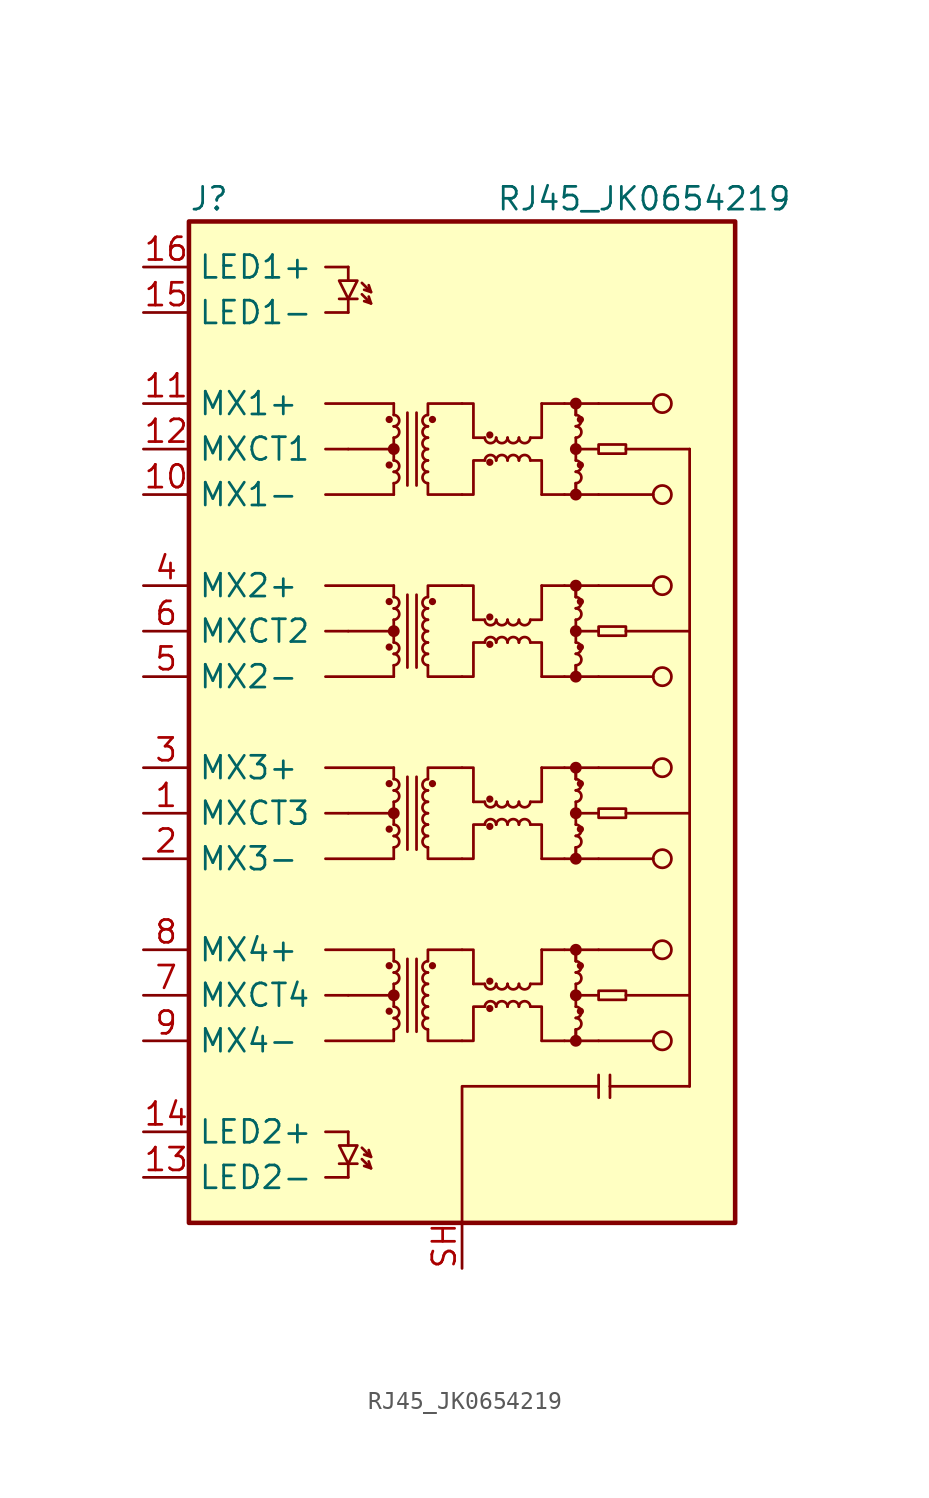
<source format=kicad_sym>
(kicad_symbol_lib
  (version 20220914)
  (generator kicad_symbol_editor)
  (symbol "RJ45_JK0654219"
    (property "Reference" "J"
      (at -15.24 29.21 0)
      (effects (font (size 1.27 1.27)) (justify left)))
    (property "Value" "RJ45_JK0654219"
      (at 10.16 29.21 0)
      (effects (font (size 1.27 1.27))))
    (symbol "RJ45_JK0654219_0_1"
      (rectangle (start -15.24 27.94) (end 15.24 -27.94) (stroke (width 0.254) (type default)) (fill (type background)))
      (circle (center -4.064 -16.129) (radius 0.127) (stroke (width 0) (type default)) (fill (type outline)))
      (circle (center -4.064 -13.589) (radius 0.127) (stroke (width 0) (type default)) (fill (type outline)))
      (circle (center -4.064 -5.969) (radius 0.127) (stroke (width 0) (type default)) (fill (type outline)))
      (circle (center -4.064 -3.429) (radius 0.127) (stroke (width 0) (type default)) (fill (type outline)))
      (circle (center -4.064 4.191) (radius 0.127) (stroke (width 0) (type default)) (fill (type outline)))
      (circle (center -4.064 6.731) (radius 0.127) (stroke (width 0) (type default)) (fill (type outline)))
      (circle (center -4.064 14.351) (radius 0.127) (stroke (width 0) (type default)) (fill (type outline)))
      (circle (center -4.064 16.891) (radius 0.127) (stroke (width 0) (type default)) (fill (type outline)))
      (arc (start -3.81 -17.145) (mid -3.5052 -16.8402) (end -3.81 -16.51) (stroke (width 0) (type default)) (fill (type none)))
      (arc (start -3.81 -16.51) (mid -3.5052 -16.2052) (end -3.81 -15.875) (stroke (width 0) (type default)) (fill (type none)))
      (circle (center -3.81 -15.24) (radius 0.254) (stroke (width 0) (type default)) (fill (type outline)))
      (arc (start -3.81 -14.605) (mid -3.5052 -14.3002) (end -3.81 -13.97) (stroke (width 0) (type default)) (fill (type none)))
      (arc (start -3.81 -13.97) (mid -3.5052 -13.6652) (end -3.81 -13.335) (stroke (width 0) (type default)) (fill (type none)))
      (arc (start -3.81 -6.985) (mid -3.5052 -6.6802) (end -3.81 -6.35) (stroke (width 0) (type default)) (fill (type none)))
      (arc (start -3.81 -6.35) (mid -3.5052 -6.0452) (end -3.81 -5.715) (stroke (width 0) (type default)) (fill (type none)))
      (circle (center -3.81 -5.08) (radius 0.254) (stroke (width 0) (type default)) (fill (type outline)))
      (arc (start -3.81 -4.445) (mid -3.5052 -4.1402) (end -3.81 -3.81) (stroke (width 0) (type default)) (fill (type none)))
      (arc (start -3.81 -3.81) (mid -3.5052 -3.5052) (end -3.81 -3.175) (stroke (width 0) (type default)) (fill (type none)))
      (arc (start -3.81 3.175) (mid -3.5052 3.4798) (end -3.81 3.81) (stroke (width 0) (type default)) (fill (type none)))
      (arc (start -3.81 3.81) (mid -3.5052 4.1148) (end -3.81 4.445) (stroke (width 0) (type default)) (fill (type none)))
      (circle (center -3.81 5.08) (radius 0.254) (stroke (width 0) (type default)) (fill (type outline)))
      (arc (start -3.81 5.715) (mid -3.5052 6.0198) (end -3.81 6.35) (stroke (width 0) (type default)) (fill (type none)))
      (arc (start -3.81 6.35) (mid -3.5052 6.6548) (end -3.81 6.985) (stroke (width 0) (type default)) (fill (type none)))
      (arc (start -3.81 13.335) (mid -3.5052 13.6398) (end -3.81 13.97) (stroke (width 0) (type default)) (fill (type none)))
      (arc (start -3.81 13.97) (mid -3.5052 14.2748) (end -3.81 14.605) (stroke (width 0) (type default)) (fill (type none)))
      (circle (center -3.81 15.24) (radius 0.254) (stroke (width 0) (type default)) (fill (type outline)))
      (arc (start -3.81 15.875) (mid -3.5052 16.1798) (end -3.81 16.51) (stroke (width 0) (type default)) (fill (type none)))
      (arc (start -3.81 16.51) (mid -3.5052 16.8148) (end -3.81 17.145) (stroke (width 0) (type default)) (fill (type none)))
      (arc (start -1.905 -16.51) (mid -2.2098 -16.8148) (end -1.905 -17.145) (stroke (width 0) (type default)) (fill (type none)))
      (arc (start -1.905 -15.875) (mid -2.2098 -16.1798) (end -1.905 -16.51) (stroke (width 0) (type default)) (fill (type none)))
      (arc (start -1.905 -15.24) (mid -2.2098 -15.5448) (end -1.905 -15.875) (stroke (width 0) (type default)) (fill (type none)))
      (arc (start -1.905 -14.605) (mid -2.2098 -14.9098) (end -1.905 -15.24) (stroke (width 0) (type default)) (fill (type none)))
      (arc (start -1.905 -13.97) (mid -2.2098 -14.2748) (end -1.905 -14.605) (stroke (width 0) (type default)) (fill (type none)))
      (arc (start -1.905 -13.335) (mid -2.2098 -13.6398) (end -1.905 -13.97) (stroke (width 0) (type default)) (fill (type none)))
      (arc (start -1.905 -6.35) (mid -2.2098 -6.6548) (end -1.905 -6.985) (stroke (width 0) (type default)) (fill (type none)))
      (arc (start -1.905 -5.715) (mid -2.2098 -6.0198) (end -1.905 -6.35) (stroke (width 0) (type default)) (fill (type none)))
      (arc (start -1.905 -5.08) (mid -2.2098 -5.3848) (end -1.905 -5.715) (stroke (width 0) (type default)) (fill (type none)))
      (arc (start -1.905 -4.445) (mid -2.2098 -4.7498) (end -1.905 -5.08) (stroke (width 0) (type default)) (fill (type none)))
      (arc (start -1.905 -3.81) (mid -2.2098 -4.1148) (end -1.905 -4.445) (stroke (width 0) (type default)) (fill (type none)))
      (arc (start -1.905 -3.175) (mid -2.2098 -3.4798) (end -1.905 -3.81) (stroke (width 0) (type default)) (fill (type none)))
      (arc (start -1.905 3.81) (mid -2.2098 3.5052) (end -1.905 3.175) (stroke (width 0) (type default)) (fill (type none)))
      (arc (start -1.905 4.445) (mid -2.2098 4.1402) (end -1.905 3.81) (stroke (width 0) (type default)) (fill (type none)))
      (arc (start -1.905 5.08) (mid -2.2098 4.7752) (end -1.905 4.445) (stroke (width 0) (type default)) (fill (type none)))
      (arc (start -1.905 5.715) (mid -2.2098 5.4102) (end -1.905 5.08) (stroke (width 0) (type default)) (fill (type none)))
      (arc (start -1.905 6.35) (mid -2.2098 6.0452) (end -1.905 5.715) (stroke (width 0) (type default)) (fill (type none)))
      (arc (start -1.905 6.985) (mid -2.2098 6.6802) (end -1.905 6.35) (stroke (width 0) (type default)) (fill (type none)))
      (arc (start -1.905 13.97) (mid -2.2098 13.6652) (end -1.905 13.335) (stroke (width 0) (type default)) (fill (type none)))
      (arc (start -1.905 14.605) (mid -2.2098 14.3002) (end -1.905 13.97) (stroke (width 0) (type default)) (fill (type none)))
      (arc (start -1.905 15.24) (mid -2.2098 14.9352) (end -1.905 14.605) (stroke (width 0) (type default)) (fill (type none)))
      (arc (start -1.905 15.875) (mid -2.2098 15.5702) (end -1.905 15.24) (stroke (width 0) (type default)) (fill (type none)))
      (arc (start -1.905 16.51) (mid -2.2098 16.2052) (end -1.905 15.875) (stroke (width 0) (type default)) (fill (type none)))
      (arc (start -1.905 17.145) (mid -2.2098 16.8402) (end -1.905 16.51) (stroke (width 0) (type default)) (fill (type none)))
      (circle (center -1.651 -13.589) (radius 0.127) (stroke (width 0) (type default)) (fill (type outline)))
      (circle (center -1.651 -3.429) (radius 0.127) (stroke (width 0) (type default)) (fill (type outline)))
      (circle (center -1.651 6.731) (radius 0.127) (stroke (width 0) (type default)) (fill (type outline)))
      (circle (center -1.651 16.891) (radius 0.127) (stroke (width 0) (type default)) (fill (type outline)))
      (polyline (pts (xy -7.62 -17.78) (xy -3.81 -17.78)) (stroke (width 0) (type default)) (fill (type none)))
      (polyline (pts (xy -7.62 -15.24) (xy -6.35 -15.24)) (stroke (width 0) (type default)) (fill (type none)))
      (polyline (pts (xy -7.62 -12.7) (xy -3.81 -12.7)) (stroke (width 0) (type default)) (fill (type none)))
      (polyline (pts (xy -7.62 -7.62) (xy -3.81 -7.62)) (stroke (width 0) (type default)) (fill (type none)))
      (polyline (pts (xy -7.62 -5.08) (xy -6.35 -5.08)) (stroke (width 0) (type default)) (fill (type none)))
      (polyline (pts (xy -7.62 -2.54) (xy -3.81 -2.54)) (stroke (width 0) (type default)) (fill (type none)))
      (polyline (pts (xy -7.62 2.54) (xy -3.81 2.54)) (stroke (width 0) (type default)) (fill (type none)))
      (polyline (pts (xy -7.62 5.08) (xy -6.35 5.08)) (stroke (width 0) (type default)) (fill (type none)))
      (polyline (pts (xy -7.62 7.62) (xy -3.81 7.62)) (stroke (width 0) (type default)) (fill (type none)))
      (polyline (pts (xy -7.62 12.7) (xy -3.81 12.7)) (stroke (width 0) (type default)) (fill (type none)))
      (polyline (pts (xy -7.62 15.24) (xy -6.35 15.24)) (stroke (width 0) (type default)) (fill (type none)))
      (polyline (pts (xy -7.62 17.78) (xy -3.81 17.78)) (stroke (width 0) (type default)) (fill (type none)))
      (polyline (pts (xy -6.35 -15.24) (xy -3.81 -15.24)) (stroke (width 0) (type default)) (fill (type none)))
      (polyline (pts (xy -6.35 -5.08) (xy -3.81 -5.08)) (stroke (width 0) (type default)) (fill (type none)))
      (polyline (pts (xy -6.35 5.08) (xy -3.81 5.08)) (stroke (width 0) (type default)) (fill (type none)))
      (polyline (pts (xy -6.35 15.24) (xy -3.81 15.24)) (stroke (width 0) (type default)) (fill (type none)))
      (polyline (pts (xy -3.81 -17.78) (xy -3.81 -17.145)) (stroke (width 0) (type default)) (fill (type none)))
      (polyline (pts (xy -3.81 -15.24) (xy -3.81 -15.875)) (stroke (width 0) (type default)) (fill (type none)))
      (polyline (pts (xy -3.81 -15.24) (xy -3.81 -14.605)) (stroke (width 0) (type default)) (fill (type none)))
      (polyline (pts (xy -3.81 -12.7) (xy -3.81 -13.335)) (stroke (width 0) (type default)) (fill (type none)))
      (polyline (pts (xy -3.81 -7.62) (xy -3.81 -6.985)) (stroke (width 0) (type default)) (fill (type none)))
      (polyline (pts (xy -3.81 -5.08) (xy -3.81 -5.715)) (stroke (width 0) (type default)) (fill (type none)))
      (polyline (pts (xy -3.81 -5.08) (xy -3.81 -4.445)) (stroke (width 0) (type default)) (fill (type none)))
      (polyline (pts (xy -3.81 -2.54) (xy -3.81 -3.175)) (stroke (width 0) (type default)) (fill (type none)))
      (polyline (pts (xy -3.81 2.54) (xy -3.81 3.175)) (stroke (width 0) (type default)) (fill (type none)))
      (polyline (pts (xy -3.81 5.08) (xy -3.81 4.445)) (stroke (width 0) (type default)) (fill (type none)))
      (polyline (pts (xy -3.81 5.08) (xy -3.81 5.715)) (stroke (width 0) (type default)) (fill (type none)))
      (polyline (pts (xy -3.81 7.62) (xy -3.81 6.985)) (stroke (width 0) (type default)) (fill (type none)))
      (polyline (pts (xy -3.81 12.7) (xy -3.81 13.335)) (stroke (width 0) (type default)) (fill (type none)))
      (polyline (pts (xy -3.81 15.24) (xy -3.81 14.605)) (stroke (width 0) (type default)) (fill (type none)))
      (polyline (pts (xy -3.81 15.24) (xy -3.81 15.875)) (stroke (width 0) (type default)) (fill (type none)))
      (polyline (pts (xy -3.81 17.78) (xy -3.81 17.145)) (stroke (width 0) (type default)) (fill (type none)))
      (polyline (pts (xy -3.048 -17.272) (xy -3.048 -13.208)) (stroke (width 0) (type default)) (fill (type none)))
      (polyline (pts (xy -3.048 -7.112) (xy -3.048 -3.048)) (stroke (width 0) (type default)) (fill (type none)))
      (polyline (pts (xy -3.048 3.048) (xy -3.048 7.112)) (stroke (width 0) (type default)) (fill (type none)))
      (polyline (pts (xy -3.048 13.208) (xy -3.048 17.272)) (stroke (width 0) (type default)) (fill (type none)))
      (polyline (pts (xy -2.54 -17.272) (xy -2.54 -13.208)) (stroke (width 0) (type default)) (fill (type none)))
      (polyline (pts (xy -2.54 -7.112) (xy -2.54 -3.048)) (stroke (width 0) (type default)) (fill (type none)))
      (polyline (pts (xy -2.54 3.048) (xy -2.54 7.112)) (stroke (width 0) (type default)) (fill (type none)))
      (polyline (pts (xy -2.54 13.208) (xy -2.54 17.272)) (stroke (width 0) (type default)) (fill (type none)))
      (polyline (pts (xy 0.635 -14.605) (xy 1.27 -14.605)) (stroke (width 0) (type default)) (fill (type none)))
      (polyline (pts (xy 0.635 -4.445) (xy 1.27 -4.445)) (stroke (width 0) (type default)) (fill (type none)))
      (polyline (pts (xy 0.635 5.715) (xy 1.27 5.715)) (stroke (width 0) (type default)) (fill (type none)))
      (polyline (pts (xy 0.635 15.875) (xy 1.27 15.875)) (stroke (width 0) (type default)) (fill (type none)))
      (polyline (pts (xy 4.445 -17.78) (xy 5.715 -17.78)) (stroke (width 0) (type default)) (fill (type none)))
      (polyline (pts (xy 4.445 -12.7) (xy 5.715 -12.7)) (stroke (width 0) (type default)) (fill (type none)))
      (polyline (pts (xy 4.445 -7.62) (xy 5.715 -7.62)) (stroke (width 0) (type default)) (fill (type none)))
      (polyline (pts (xy 4.445 -2.54) (xy 5.715 -2.54)) (stroke (width 0) (type default)) (fill (type none)))
      (polyline (pts (xy 4.445 2.54) (xy 5.715 2.54)) (stroke (width 0) (type default)) (fill (type none)))
      (polyline (pts (xy 4.445 7.62) (xy 5.715 7.62)) (stroke (width 0) (type default)) (fill (type none)))
      (polyline (pts (xy 4.445 12.7) (xy 5.715 12.7)) (stroke (width 0) (type default)) (fill (type none)))
      (polyline (pts (xy 4.445 17.78) (xy 5.715 17.78)) (stroke (width 0) (type default)) (fill (type none)))
      (polyline (pts (xy 6.35 -17.78) (xy 6.35 -17.145)) (stroke (width 0) (type default)) (fill (type none)))
      (polyline (pts (xy 6.35 -15.24) (xy 6.35 -15.875)) (stroke (width 0) (type default)) (fill (type none)))
      (polyline (pts (xy 6.35 -15.24) (xy 6.35 -14.605)) (stroke (width 0) (type default)) (fill (type none)))
      (polyline (pts (xy 6.35 -12.7) (xy 6.35 -13.335)) (stroke (width 0) (type default)) (fill (type none)))
      (polyline (pts (xy 6.35 -7.62) (xy 6.35 -6.985)) (stroke (width 0) (type default)) (fill (type none)))
      (polyline (pts (xy 6.35 -5.08) (xy 6.35 -5.715)) (stroke (width 0) (type default)) (fill (type none)))
      (polyline (pts (xy 6.35 -5.08) (xy 6.35 -4.445)) (stroke (width 0) (type default)) (fill (type none)))
      (polyline (pts (xy 6.35 -2.54) (xy 6.35 -3.175)) (stroke (width 0) (type default)) (fill (type none)))
      (polyline (pts (xy 6.35 2.54) (xy 6.35 3.175)) (stroke (width 0) (type default)) (fill (type none)))
      (polyline (pts (xy 6.35 5.08) (xy 6.35 4.445)) (stroke (width 0) (type default)) (fill (type none)))
      (polyline (pts (xy 6.35 5.08) (xy 6.35 5.715)) (stroke (width 0) (type default)) (fill (type none)))
      (polyline (pts (xy 6.35 7.62) (xy 6.35 6.985)) (stroke (width 0) (type default)) (fill (type none)))
      (polyline (pts (xy 6.35 12.7) (xy 6.35 13.335)) (stroke (width 0) (type default)) (fill (type none)))
      (polyline (pts (xy 6.35 15.24) (xy 6.35 14.605)) (stroke (width 0) (type default)) (fill (type none)))
      (polyline (pts (xy 6.35 15.24) (xy 6.35 15.875)) (stroke (width 0) (type default)) (fill (type none)))
      (polyline (pts (xy 6.35 17.78) (xy 6.35 17.145)) (stroke (width 0) (type default)) (fill (type none)))
      (polyline (pts (xy 7.62 -20.955) (xy 7.62 -19.685)) (stroke (width 0) (type default)) (fill (type none)))
      (polyline (pts (xy 7.62 -17.78) (xy 6.35 -17.78)) (stroke (width 0) (type default)) (fill (type none)))
      (polyline (pts (xy 7.62 -17.78) (xy 10.668 -17.78)) (stroke (width 0) (type default)) (fill (type none)))
      (polyline (pts (xy 7.62 -15.24) (xy 6.35 -15.24)) (stroke (width 0) (type default)) (fill (type none)))
      (polyline (pts (xy 7.62 -12.7) (xy 6.35 -12.7)) (stroke (width 0) (type default)) (fill (type none)))
      (polyline (pts (xy 7.62 -12.7) (xy 10.668 -12.7)) (stroke (width 0) (type default)) (fill (type none)))
      (polyline (pts (xy 7.62 -7.62) (xy 6.35 -7.62)) (stroke (width 0) (type default)) (fill (type none)))
      (polyline (pts (xy 7.62 -7.62) (xy 10.668 -7.62)) (stroke (width 0) (type default)) (fill (type none)))
      (polyline (pts (xy 7.62 -5.08) (xy 6.35 -5.08)) (stroke (width 0) (type default)) (fill (type none)))
      (polyline (pts (xy 7.62 -2.54) (xy 6.35 -2.54)) (stroke (width 0) (type default)) (fill (type none)))
      (polyline (pts (xy 7.62 -2.54) (xy 10.668 -2.54)) (stroke (width 0) (type default)) (fill (type none)))
      (polyline (pts (xy 7.62 2.54) (xy 6.35 2.54)) (stroke (width 0) (type default)) (fill (type none)))
      (polyline (pts (xy 7.62 2.54) (xy 10.668 2.54)) (stroke (width 0) (type default)) (fill (type none)))
      (polyline (pts (xy 7.62 5.08) (xy 6.35 5.08)) (stroke (width 0) (type default)) (fill (type none)))
      (polyline (pts (xy 7.62 7.62) (xy 6.35 7.62)) (stroke (width 0) (type default)) (fill (type none)))
      (polyline (pts (xy 7.62 7.62) (xy 10.668 7.62)) (stroke (width 0) (type default)) (fill (type none)))
      (polyline (pts (xy 7.62 12.7) (xy 6.35 12.7)) (stroke (width 0) (type default)) (fill (type none)))
      (polyline (pts (xy 7.62 12.7) (xy 10.668 12.7)) (stroke (width 0) (type default)) (fill (type none)))
      (polyline (pts (xy 7.62 15.24) (xy 6.35 15.24)) (stroke (width 0) (type default)) (fill (type none)))
      (polyline (pts (xy 7.62 17.78) (xy 6.35 17.78)) (stroke (width 0) (type default)) (fill (type none)))
      (polyline (pts (xy 7.62 17.78) (xy 10.668 17.78)) (stroke (width 0) (type default)) (fill (type none)))
      (polyline (pts (xy 8.255 -20.32) (xy 8.255 -20.955)) (stroke (width 0) (type default)) (fill (type none)))
      (polyline (pts (xy 8.255 -20.32) (xy 8.255 -19.685)) (stroke (width 0) (type default)) (fill (type none)))
      (polyline (pts (xy 8.255 -20.32) (xy 12.7 -20.32)) (stroke (width 0) (type default)) (fill (type none)))
      (polyline (pts (xy 9.144 -15.24) (xy 12.7 -15.24)) (stroke (width 0) (type default)) (fill (type none)))
      (polyline (pts (xy 9.144 -5.08) (xy 12.7 -5.08)) (stroke (width 0) (type default)) (fill (type none)))
      (polyline (pts (xy 9.144 5.08) (xy 12.7 5.08)) (stroke (width 0) (type default)) (fill (type none)))
      (polyline (pts (xy 12.7 -20.32) (xy 12.7 15.24)) (stroke (width 0) (type default)) (fill (type none)))
      (polyline (pts (xy 12.7 15.24) (xy 9.144 15.24)) (stroke (width 0) (type default)) (fill (type none)))
      (polyline (pts (xy -1.905 -17.145) (xy -1.905 -17.78) (xy 0 -17.78)) (stroke (width 0) (type default)) (fill (type none)))
      (polyline (pts (xy -1.905 -13.335) (xy -1.905 -12.7) (xy 0 -12.7)) (stroke (width 0) (type default)) (fill (type none)))
      (polyline (pts (xy -1.905 -6.985) (xy -1.905 -7.62) (xy 0 -7.62)) (stroke (width 0) (type default)) (fill (type none)))
      (polyline (pts (xy -1.905 -3.175) (xy -1.905 -2.54) (xy 0 -2.54)) (stroke (width 0) (type default)) (fill (type none)))
      (polyline (pts (xy -1.905 3.175) (xy -1.905 2.54) (xy 0 2.54)) (stroke (width 0) (type default)) (fill (type none)))
      (polyline (pts (xy -1.905 6.985) (xy -1.905 7.62) (xy 0 7.62)) (stroke (width 0) (type default)) (fill (type none)))
      (polyline (pts (xy -1.905 13.335) (xy -1.905 12.7) (xy 0 12.7)) (stroke (width 0) (type default)) (fill (type none)))
      (polyline (pts (xy -1.905 17.145) (xy -1.905 17.78) (xy 0 17.78)) (stroke (width 0) (type default)) (fill (type none)))
      (polyline (pts (xy 0 -12.7) (xy 0.635 -12.7) (xy 0.635 -14.605)) (stroke (width 0) (type default)) (fill (type none)))
      (polyline (pts (xy 0 -2.54) (xy 0.635 -2.54) (xy 0.635 -4.445)) (stroke (width 0) (type default)) (fill (type none)))
      (polyline (pts (xy 0 7.62) (xy 0.635 7.62) (xy 0.635 5.715)) (stroke (width 0) (type default)) (fill (type none)))
      (polyline (pts (xy 0 17.78) (xy 0.635 17.78) (xy 0.635 15.875)) (stroke (width 0) (type default)) (fill (type none)))
      (polyline (pts (xy 3.81 -15.875) (xy 4.445 -15.875) (xy 4.445 -17.78)) (stroke (width 0) (type default)) (fill (type none)))
      (polyline (pts (xy 3.81 -14.605) (xy 4.445 -14.605) (xy 4.445 -12.7)) (stroke (width 0) (type default)) (fill (type none)))
      (polyline (pts (xy 3.81 -5.715) (xy 4.445 -5.715) (xy 4.445 -7.62)) (stroke (width 0) (type default)) (fill (type none)))
      (polyline (pts (xy 3.81 -4.445) (xy 4.445 -4.445) (xy 4.445 -2.54)) (stroke (width 0) (type default)) (fill (type none)))
      (polyline (pts (xy 3.81 4.445) (xy 4.445 4.445) (xy 4.445 2.54)) (stroke (width 0) (type default)) (fill (type none)))
      (polyline (pts (xy 3.81 5.715) (xy 4.445 5.715) (xy 4.445 7.62)) (stroke (width 0) (type default)) (fill (type none)))
      (polyline (pts (xy 3.81 14.605) (xy 4.445 14.605) (xy 4.445 12.7)) (stroke (width 0) (type default)) (fill (type none)))
      (polyline (pts (xy 3.81 15.875) (xy 4.445 15.875) (xy 4.445 17.78)) (stroke (width 0) (type default)) (fill (type none)))
      (polyline (pts (xy 5.715 -17.78) (xy 6.35 -17.78) (xy 6.35 -17.145)) (stroke (width 0) (type default)) (fill (type none)))
      (polyline (pts (xy 5.715 -12.7) (xy 6.35 -12.7) (xy 6.35 -13.335)) (stroke (width 0) (type default)) (fill (type none)))
      (polyline (pts (xy 5.715 -7.62) (xy 6.35 -7.62) (xy 6.35 -6.985)) (stroke (width 0) (type default)) (fill (type none)))
      (polyline (pts (xy 5.715 -2.54) (xy 6.35 -2.54) (xy 6.35 -3.175)) (stroke (width 0) (type default)) (fill (type none)))
      (polyline (pts (xy 5.715 2.54) (xy 6.35 2.54) (xy 6.35 3.175)) (stroke (width 0) (type default)) (fill (type none)))
      (polyline (pts (xy 5.715 7.62) (xy 6.35 7.62) (xy 6.35 6.985)) (stroke (width 0) (type default)) (fill (type none)))
      (polyline (pts (xy 5.715 12.7) (xy 6.35 12.7) (xy 6.35 13.335)) (stroke (width 0) (type default)) (fill (type none)))
      (polyline (pts (xy 5.715 17.78) (xy 6.35 17.78) (xy 6.35 17.145)) (stroke (width 0) (type default)) (fill (type none)))
      (polyline (pts (xy 7.62 -20.32) (xy 0 -20.32) (xy 0 -27.94)) (stroke (width 0) (type default)) (fill (type none)))
      (polyline (pts (xy 0 -17.78) (xy 0.635 -17.78) (xy 0.635 -15.875) (xy 1.27 -15.875)) (stroke (width 0) (type default)) (fill (type none)))
      (polyline (pts (xy 0 -7.62) (xy 0.635 -7.62) (xy 0.635 -5.715) (xy 1.27 -5.715)) (stroke (width 0) (type default)) (fill (type none)))
      (polyline (pts (xy 0 2.54) (xy 0.635 2.54) (xy 0.635 4.445) (xy 1.27 4.445)) (stroke (width 0) (type default)) (fill (type none)))
      (polyline (pts (xy 0 12.7) (xy 0.635 12.7) (xy 0.635 14.605) (xy 1.27 14.605)) (stroke (width 0) (type default)) (fill (type none)))
      (arc (start 1.27 -14.605) (mid 1.5748 -14.9098) (end 1.905 -14.605) (stroke (width 0) (type default)) (fill (type none)))
      (arc (start 1.27 -4.445) (mid 1.5748 -4.7498) (end 1.905 -4.445) (stroke (width 0) (type default)) (fill (type none)))
      (arc (start 1.27 5.715) (mid 1.5748 5.4102) (end 1.905 5.715) (stroke (width 0) (type default)) (fill (type none)))
      (arc (start 1.27 15.875) (mid 1.5748 15.5702) (end 1.905 15.875) (stroke (width 0) (type default)) (fill (type none)))
      (circle (center 1.549 -15.977) (radius 0.127) (stroke (width 0) (type default)) (fill (type outline)))
      (circle (center 1.549 -14.453) (radius 0.127) (stroke (width 0) (type default)) (fill (type outline)))
      (circle (center 1.549 -5.817) (radius 0.127) (stroke (width 0) (type default)) (fill (type outline)))
      (circle (center 1.549 -4.293) (radius 0.127) (stroke (width 0) (type default)) (fill (type outline)))
      (circle (center 1.549 4.343) (radius 0.127) (stroke (width 0) (type default)) (fill (type outline)))
      (circle (center 1.549 5.867) (radius 0.127) (stroke (width 0) (type default)) (fill (type outline)))
      (circle (center 1.549 14.503) (radius 0.127) (stroke (width 0) (type default)) (fill (type outline)))
      (circle (center 1.549 16.027) (radius 0.127) (stroke (width 0) (type default)) (fill (type outline)))
      (arc (start 1.905 -15.875) (mid 1.6002 -15.5702) (end 1.27 -15.875) (stroke (width 0) (type default)) (fill (type none)))
      (arc (start 1.905 -14.605) (mid 2.2098 -14.9098) (end 2.54 -14.605) (stroke (width 0) (type default)) (fill (type none)))
      (arc (start 1.905 -5.715) (mid 1.6002 -5.4102) (end 1.27 -5.715) (stroke (width 0) (type default)) (fill (type none)))
      (arc (start 1.905 -4.445) (mid 2.2098 -4.7498) (end 2.54 -4.445) (stroke (width 0) (type default)) (fill (type none)))
      (arc (start 1.905 4.445) (mid 1.6002 4.7498) (end 1.27 4.445) (stroke (width 0) (type default)) (fill (type none)))
      (arc (start 1.905 5.715) (mid 2.2098 5.4102) (end 2.54 5.715) (stroke (width 0) (type default)) (fill (type none)))
      (arc (start 1.905 14.605) (mid 1.6002 14.9098) (end 1.27 14.605) (stroke (width 0) (type default)) (fill (type none)))
      (arc (start 1.905 15.875) (mid 2.2098 15.5702) (end 2.54 15.875) (stroke (width 0) (type default)) (fill (type none)))
      (arc (start 2.54 -15.875) (mid 2.2352 -15.5702) (end 1.905 -15.875) (stroke (width 0) (type default)) (fill (type none)))
      (arc (start 2.54 -14.605) (mid 2.8448 -14.9098) (end 3.175 -14.605) (stroke (width 0) (type default)) (fill (type none)))
      (arc (start 2.54 -5.715) (mid 2.2352 -5.4102) (end 1.905 -5.715) (stroke (width 0) (type default)) (fill (type none)))
      (arc (start 2.54 -4.445) (mid 2.8448 -4.7498) (end 3.175 -4.445) (stroke (width 0) (type default)) (fill (type none)))
      (arc (start 2.54 4.445) (mid 2.2352 4.7498) (end 1.905 4.445) (stroke (width 0) (type default)) (fill (type none)))
      (arc (start 2.54 5.715) (mid 2.8448 5.4102) (end 3.175 5.715) (stroke (width 0) (type default)) (fill (type none)))
      (arc (start 2.54 14.605) (mid 2.2352 14.9098) (end 1.905 14.605) (stroke (width 0) (type default)) (fill (type none)))
      (arc (start 2.54 15.875) (mid 2.8448 15.5702) (end 3.175 15.875) (stroke (width 0) (type default)) (fill (type none)))
      (arc (start 3.175 -15.875) (mid 2.8702 -15.5702) (end 2.54 -15.875) (stroke (width 0) (type default)) (fill (type none)))
      (arc (start 3.175 -14.605) (mid 3.4798 -14.9098) (end 3.81 -14.605) (stroke (width 0) (type default)) (fill (type none)))
      (arc (start 3.175 -5.715) (mid 2.8702 -5.4102) (end 2.54 -5.715) (stroke (width 0) (type default)) (fill (type none)))
      (arc (start 3.175 -4.445) (mid 3.4798 -4.7498) (end 3.81 -4.445) (stroke (width 0) (type default)) (fill (type none)))
      (arc (start 3.175 4.445) (mid 2.8702 4.7498) (end 2.54 4.445) (stroke (width 0) (type default)) (fill (type none)))
      (arc (start 3.175 5.715) (mid 3.4798 5.4102) (end 3.81 5.715) (stroke (width 0) (type default)) (fill (type none)))
      (arc (start 3.175 14.605) (mid 2.8702 14.9098) (end 2.54 14.605) (stroke (width 0) (type default)) (fill (type none)))
      (arc (start 3.175 15.875) (mid 3.4798 15.5702) (end 3.81 15.875) (stroke (width 0) (type default)) (fill (type none)))
      (arc (start 3.81 -15.875) (mid 3.5052 -15.5702) (end 3.175 -15.875) (stroke (width 0) (type default)) (fill (type none)))
      (arc (start 3.81 -5.715) (mid 3.5052 -5.4102) (end 3.175 -5.715) (stroke (width 0) (type default)) (fill (type none)))
      (arc (start 3.81 4.445) (mid 3.5052 4.7498) (end 3.175 4.445) (stroke (width 0) (type default)) (fill (type none)))
      (arc (start 3.81 14.605) (mid 3.5052 14.9098) (end 3.175 14.605) (stroke (width 0) (type default)) (fill (type none)))
      (circle (center 6.35 -17.78) (radius 0.254) (stroke (width 0) (type default)) (fill (type outline)))
      (arc (start 6.35 -17.145) (mid 6.6548 -16.8275) (end 6.35 -16.51) (stroke (width 0) (type default)) (fill (type none)))
      (arc (start 6.35 -16.51) (mid 6.6548 -16.1925) (end 6.35 -15.875) (stroke (width 0) (type default)) (fill (type none)))
      (circle (center 6.35 -15.24) (radius 0.254) (stroke (width 0) (type default)) (fill (type outline)))
      (arc (start 6.35 -14.605) (mid 6.6548 -14.2875) (end 6.35 -13.97) (stroke (width 0) (type default)) (fill (type none)))
      (arc (start 6.35 -13.97) (mid 6.6548 -13.6525) (end 6.35 -13.335) (stroke (width 0) (type default)) (fill (type none)))
      (circle (center 6.35 -12.7) (radius 0.254) (stroke (width 0) (type default)) (fill (type outline)))
      (circle (center 6.35 -7.62) (radius 0.254) (stroke (width 0) (type default)) (fill (type outline)))
      (arc (start 6.35 -6.985) (mid 6.6548 -6.6675) (end 6.35 -6.35) (stroke (width 0) (type default)) (fill (type none)))
      (arc (start 6.35 -6.35) (mid 6.6548 -6.0325) (end 6.35 -5.715) (stroke (width 0) (type default)) (fill (type none)))
      (circle (center 6.35 -5.08) (radius 0.254) (stroke (width 0) (type default)) (fill (type outline)))
      (arc (start 6.35 -4.445) (mid 6.6548 -4.1275) (end 6.35 -3.81) (stroke (width 0) (type default)) (fill (type none)))
      (arc (start 6.35 -3.81) (mid 6.6548 -3.4925) (end 6.35 -3.175) (stroke (width 0) (type default)) (fill (type none)))
      (circle (center 6.35 -2.54) (radius 0.254) (stroke (width 0) (type default)) (fill (type outline)))
      (circle (center 6.35 2.54) (radius 0.254) (stroke (width 0) (type default)) (fill (type outline)))
      (arc (start 6.35 3.175) (mid 6.6548 3.4925) (end 6.35 3.81) (stroke (width 0) (type default)) (fill (type none)))
      (arc (start 6.35 3.81) (mid 6.6548 4.1275) (end 6.35 4.445) (stroke (width 0) (type default)) (fill (type none)))
      (circle (center 6.35 5.08) (radius 0.254) (stroke (width 0) (type default)) (fill (type outline)))
      (arc (start 6.35 5.715) (mid 6.6548 6.0325) (end 6.35 6.35) (stroke (width 0) (type default)) (fill (type none)))
      (arc (start 6.35 6.35) (mid 6.6548 6.6675) (end 6.35 6.985) (stroke (width 0) (type default)) (fill (type none)))
      (circle (center 6.35 7.62) (radius 0.254) (stroke (width 0) (type default)) (fill (type outline)))
      (circle (center 6.35 12.7) (radius 0.254) (stroke (width 0) (type default)) (fill (type outline)))
      (arc (start 6.35 13.335) (mid 6.6548 13.6525) (end 6.35 13.97) (stroke (width 0) (type default)) (fill (type none)))
      (arc (start 6.35 13.97) (mid 6.6548 14.2875) (end 6.35 14.605) (stroke (width 0) (type default)) (fill (type none)))
      (circle (center 6.35 15.24) (radius 0.254) (stroke (width 0) (type default)) (fill (type outline)))
      (arc (start 6.35 15.875) (mid 6.6548 16.1925) (end 6.35 16.51) (stroke (width 0) (type default)) (fill (type none)))
      (arc (start 6.35 16.51) (mid 6.6548 16.8275) (end 6.35 17.145) (stroke (width 0) (type default)) (fill (type none)))
      (circle (center 6.35 17.78) (radius 0.254) (stroke (width 0) (type default)) (fill (type outline)))
      (circle (center 6.604 -16.129) (radius 0.127) (stroke (width 0) (type default)) (fill (type outline)))
      (circle (center 6.604 -13.589) (radius 0.127) (stroke (width 0) (type default)) (fill (type outline)))
      (circle (center 6.604 -5.969) (radius 0.127) (stroke (width 0) (type default)) (fill (type outline)))
      (circle (center 6.604 -3.429) (radius 0.127) (stroke (width 0) (type default)) (fill (type outline)))
      (circle (center 6.604 4.191) (radius 0.127) (stroke (width 0) (type default)) (fill (type outline)))
      (circle (center 6.604 6.731) (radius 0.127) (stroke (width 0) (type default)) (fill (type outline)))
      (circle (center 6.604 14.351) (radius 0.127) (stroke (width 0) (type default)) (fill (type outline)))
      (circle (center 6.604 16.891) (radius 0.127) (stroke (width 0) (type default)) (fill (type outline)))
      (rectangle (start 7.62 -14.986) (end 9.144 -15.494) (stroke (width 0) (type default)) (fill (type none)))
      (rectangle (start 7.62 -4.826) (end 9.144 -5.334) (stroke (width 0) (type default)) (fill (type none)))
      (rectangle (start 7.62 5.334) (end 9.144 4.826) (stroke (width 0) (type default)) (fill (type none)))
      (rectangle (start 7.62 15.494) (end 9.144 14.986) (stroke (width 0) (type default)) (fill (type none)))
      (circle (center 11.176 -17.78) (radius 0.508) (stroke (width 0) (type default)) (fill (type none)))
      (circle (center 11.176 -12.7) (radius 0.508) (stroke (width 0) (type default)) (fill (type none)))
      (circle (center 11.176 -7.62) (radius 0.508) (stroke (width 0) (type default)) (fill (type none)))
      (circle (center 11.176 -2.54) (radius 0.508) (stroke (width 0) (type default)) (fill (type none)))
      (circle (center 11.176 2.54) (radius 0.508) (stroke (width 0) (type default)) (fill (type none)))
      (circle (center 11.176 7.62) (radius 0.508) (stroke (width 0) (type default)) (fill (type none)))
      (circle (center 11.176 12.7) (radius 0.508) (stroke (width 0) (type default)) (fill (type none)))
      (circle (center 11.176 17.78) (radius 0.508) (stroke (width 0) (type default)) (fill (type none))))
    (symbol "RJ45_JK0654219_1_1"
      (polyline (pts (xy -7.62 -25.4) (xy -6.35 -25.4)) (stroke (width 0) (type default)) (fill (type none)))
      (polyline (pts (xy -7.62 -22.86) (xy -6.35 -22.86)) (stroke (width 0) (type default)) (fill (type none)))
      (polyline (pts (xy -7.62 22.86) (xy -6.35 22.86)) (stroke (width 0) (type default)) (fill (type none)))
      (polyline (pts (xy -7.62 25.4) (xy -6.35 25.4)) (stroke (width 0) (type default)) (fill (type none)))
      (polyline (pts (xy -6.858 -24.638) (xy -5.842 -24.638)) (stroke (width 0) (type default)) (fill (type none)))
      (polyline (pts (xy -6.858 23.622) (xy -5.842 23.622)) (stroke (width 0) (type default)) (fill (type none)))
      (polyline (pts (xy -6.35 -25.4) (xy -6.35 -24.638)) (stroke (width 0) (type default)) (fill (type none)))
      (polyline (pts (xy -6.35 -22.86) (xy -6.35 -23.622)) (stroke (width 0) (type default)) (fill (type none)))
      (polyline (pts (xy -6.35 22.86) (xy -6.35 23.622)) (stroke (width 0) (type default)) (fill (type none)))
      (polyline (pts (xy -6.35 25.4) (xy -6.35 24.638)) (stroke (width 0) (type default)) (fill (type none)))
      (polyline (pts (xy -5.08 -24.892) (xy -5.207 -24.511)) (stroke (width 0) (type default)) (fill (type none)))
      (polyline (pts (xy -5.08 -24.257) (xy -5.207 -23.876)) (stroke (width 0) (type default)) (fill (type none)))
      (polyline (pts (xy -5.08 23.368) (xy -5.207 23.749)) (stroke (width 0) (type default)) (fill (type none)))
      (polyline (pts (xy -5.08 24.003) (xy -5.207 24.384)) (stroke (width 0) (type default)) (fill (type none)))
      (polyline (pts (xy -5.588 -24.384) (xy -5.08 -24.892) (xy -5.461 -24.765)) (stroke (width 0) (type default)) (fill (type none)))
      (polyline (pts (xy -5.588 -23.749) (xy -5.08 -24.257) (xy -5.461 -24.13)) (stroke (width 0) (type default)) (fill (type none)))
      (polyline (pts (xy -5.588 23.876) (xy -5.08 23.368) (xy -5.461 23.495)) (stroke (width 0) (type default)) (fill (type none)))
      (polyline (pts (xy -5.588 24.511) (xy -5.08 24.003) (xy -5.461 24.13)) (stroke (width 0) (type default)) (fill (type none)))
      (polyline (pts (xy -6.35 -24.638) (xy -6.858 -23.622) (xy -5.842 -23.622) (xy -6.35 -24.638)) (stroke (width 0) (type default)) (fill (type none)))
      (polyline (pts (xy -6.35 23.622) (xy -6.858 24.638) (xy -5.842 24.638) (xy -6.35 23.622)) (stroke (width 0) (type default)) (fill (type none)))
      (pin passive line (at -17.78 -5.08 0) (length 2.54) (name "MXCT3" (effects (font (size 1.27 1.27)))) (number "1" (effects (font (size 1.27 1.27)))))
      (pin passive line (at -17.78 12.7 0) (length 2.54) (name "MX1-" (effects (font (size 1.27 1.27)))) (number "10" (effects (font (size 1.27 1.27)))))
      (pin passive line (at -17.78 17.78 0) (length 2.54) (name "MX1+" (effects (font (size 1.27 1.27)))) (number "11" (effects (font (size 1.27 1.27)))))
      (pin passive line (at -17.78 15.24 0) (length 2.54) (name "MXCT1" (effects (font (size 1.27 1.27)))) (number "12" (effects (font (size 1.27 1.27)))))
      (pin passive line (at -17.78 -25.4 0) (length 2.54) (name "LED2-" (effects (font (size 1.27 1.27)))) (number "13" (effects (font (size 1.27 1.27)))))
      (pin passive line (at -17.78 -22.86 0) (length 2.54) (name "LED2+" (effects (font (size 1.27 1.27)))) (number "14" (effects (font (size 1.27 1.27)))))
      (pin passive line (at -17.78 22.86 0) (length 2.54) (name "LED1-" (effects (font (size 1.27 1.27)))) (number "15" (effects (font (size 1.27 1.27)))))
      (pin passive line (at -17.78 25.4 0) (length 2.54) (name "LED1+" (effects (font (size 1.27 1.27)))) (number "16" (effects (font (size 1.27 1.27)))))
      (pin passive line (at -17.78 -7.62 0) (length 2.54) (name "MX3-" (effects (font (size 1.27 1.27)))) (number "2" (effects (font (size 1.27 1.27)))))
      (pin passive line (at -17.78 -2.54 0) (length 2.54) (name "MX3+" (effects (font (size 1.27 1.27)))) (number "3" (effects (font (size 1.27 1.27)))))
      (pin passive line (at -17.78 7.62 0) (length 2.54) (name "MX2+" (effects (font (size 1.27 1.27)))) (number "4" (effects (font (size 1.27 1.27)))))
      (pin passive line (at -17.78 2.54 0) (length 2.54) (name "MX2-" (effects (font (size 1.27 1.27)))) (number "5" (effects (font (size 1.27 1.27)))))
      (pin passive line (at -17.78 5.08 0) (length 2.54) (name "MXCT2" (effects (font (size 1.27 1.27)))) (number "6" (effects (font (size 1.27 1.27)))))
      (pin passive line (at -17.78 -15.24 0) (length 2.54) (name "MXCT4" (effects (font (size 1.27 1.27)))) (number "7" (effects (font (size 1.27 1.27)))))
      (pin passive line (at -17.78 -12.7 0) (length 2.54) (name "MX4+" (effects (font (size 1.27 1.27)))) (number "8" (effects (font (size 1.27 1.27)))))
      (pin passive line (at -17.78 -17.78 0) (length 2.54) (name "MX4-" (effects (font (size 1.27 1.27)))) (number "9" (effects (font (size 1.27 1.27)))))
      (pin passive line (at 0 -30.48 90) (length 2.54) (name "~" (effects (font (size 1.27 1.27)))) (number "SH" (effects (font (size 1.27 1.27))))))))
</source>
